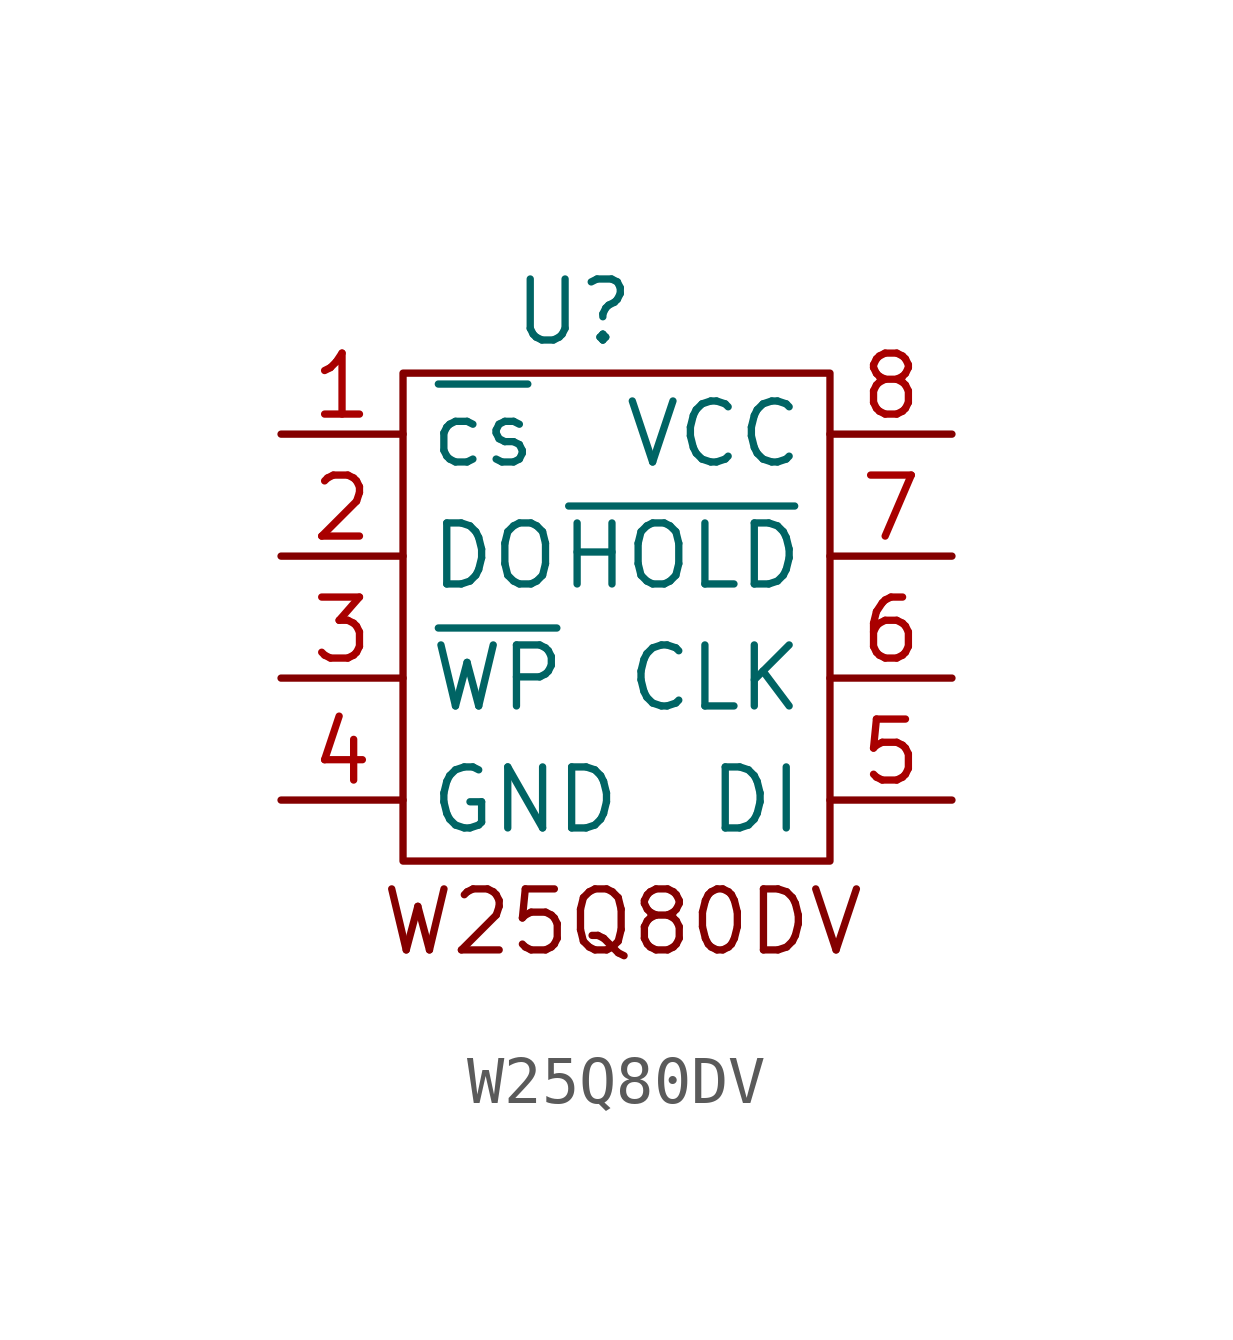
<source format=kicad_sym>
(kicad_symbol_lib
  (version 20231120)
  (generator "kicad_symbol_editor")
  (generator_version "8.0")
  (symbol "W25Q80DV"
    (property "Reference" "U"
      (at -1.524 6.35 0)
      (effects (font (size 1.27 1.27))))
    (property "Value" ""
      (at 1.27 -1.27 0)
      (effects (font (size 1.27 1.27))))
    (symbol "W25Q80DV_0_1"
      (rectangle (start -5.08 5.08) (end 3.81 -5.08) (stroke (width 0) (type default)) (fill (type none))))
    (symbol "W25Q80DV_1_1"
      (text "W25Q80DV" (at -0.508 -6.35 0) (effects (font (size 1.27 1.27))))
      (pin input line (at -7.62 3.81 0) (length 2.54) (name "~{cs}" (effects (font (size 1.27 1.27)))) (number "1" (effects (font (size 1.27 1.27)))))
      (pin output line (at -7.62 1.27 0) (length 2.54) (name "DO" (effects (font (size 1.27 1.27)))) (number "2" (effects (font (size 1.27 1.27)))))
      (pin input line (at -7.62 -1.27 0) (length 2.54) (name "~{WP}" (effects (font (size 1.27 1.27)))) (number "3" (effects (font (size 1.27 1.27)))))
      (pin passive line (at -7.62 -3.81 0) (length 2.54) (name "GND" (effects (font (size 1.27 1.27)))) (number "4" (effects (font (size 1.27 1.27)))))
      (pin input line (at 6.35 -3.81 180) (length 2.54) (name "DI" (effects (font (size 1.27 1.27)))) (number "5" (effects (font (size 1.27 1.27)))))
      (pin input line (at 6.35 -1.27 180) (length 2.54) (name "CLK" (effects (font (size 1.27 1.27)))) (number "6" (effects (font (size 1.27 1.27)))))
      (pin input line (at 6.35 1.27 180) (length 2.54) (name "~{HOLD}" (effects (font (size 1.27 1.27)))) (number "7" (effects (font (size 1.27 1.27)))))
      (pin power_in line (at 6.35 3.81 180) (length 2.54) (name "VCC" (effects (font (size 1.27 1.27)))) (number "8" (effects (font (size 1.27 1.27))))))))
</source>
